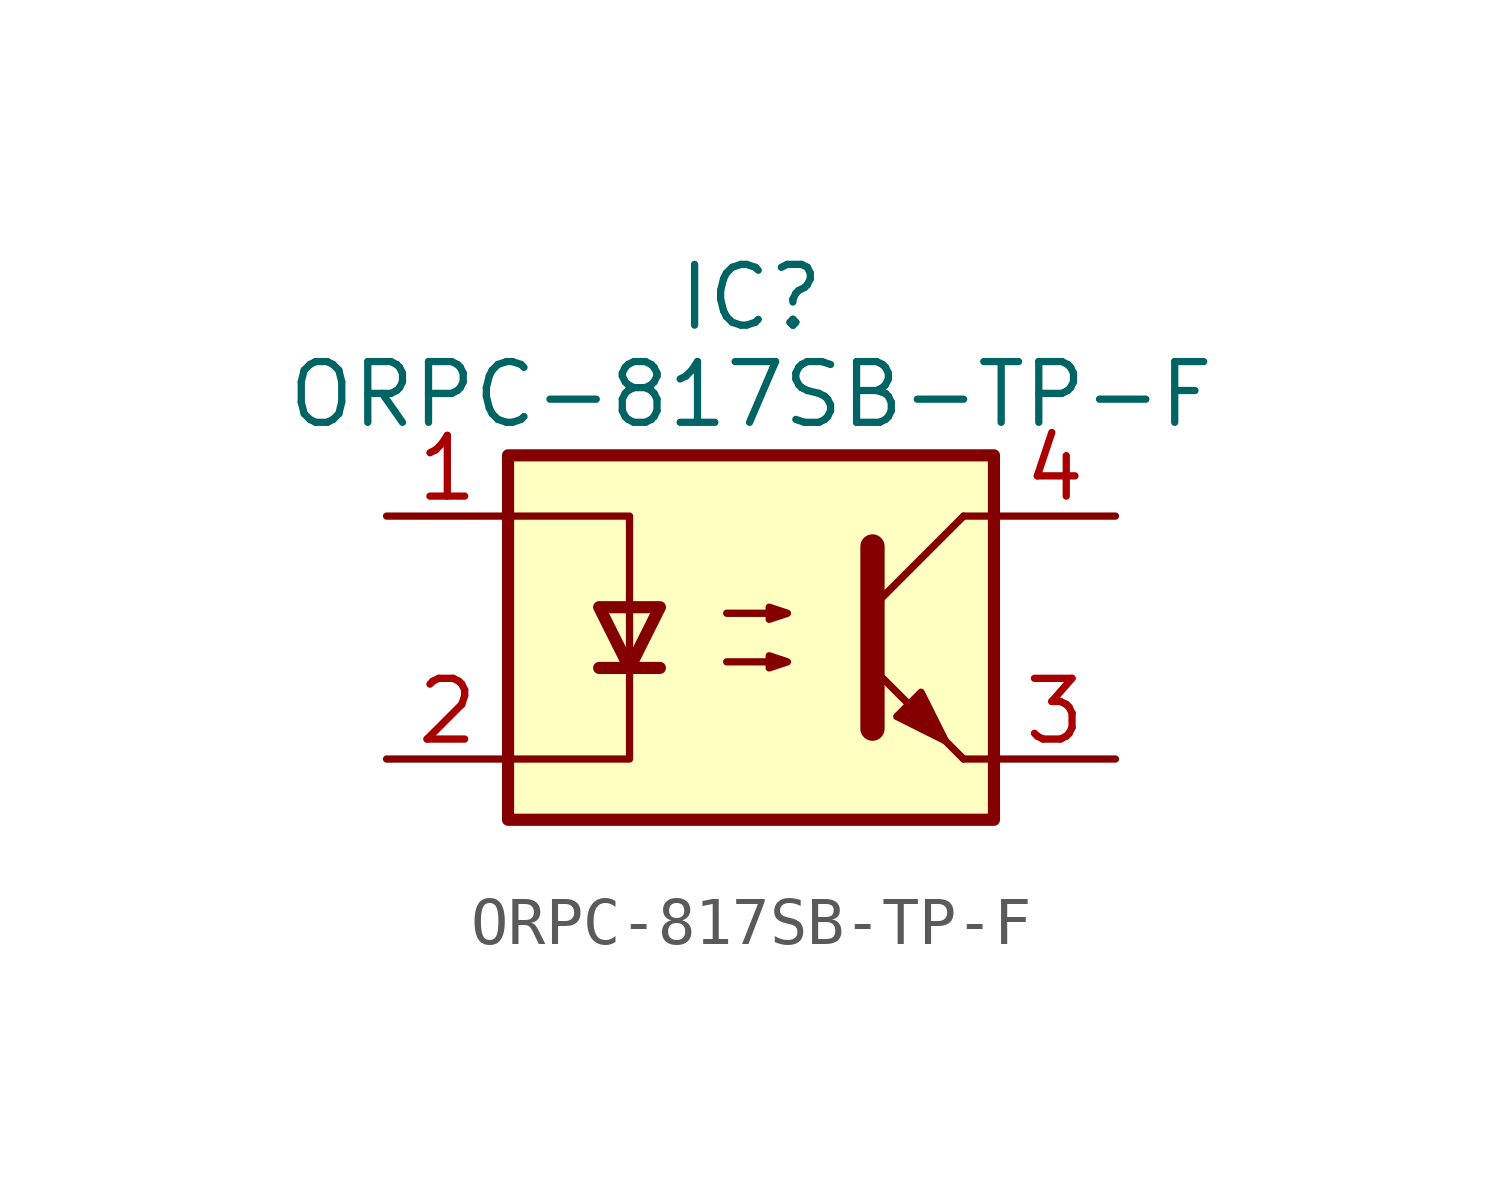
<source format=kicad_sym>
(kicad_symbol_lib
  (version 20241209)
  (generator "kicad_symbol_editor")
  (generator_version "9.0")
  (symbol "ORPC-817SB-TP-F"
    (property "Reference" "IC"
      (at 0 7.112 0)
      (effects (font (size 1.27 1.27))))
    (property "Value" "ORPC-817SB-TP-F"
      (at 0 5.08 0)
      (effects (font (size 1.27 1.27))))
    (symbol "ORPC-817SB-TP-F_0_1"
      (rectangle (start -5.08 3.81) (end 5.08 -3.81) (stroke (width 0.254) (type default)) (fill (type background)))
      (polyline (pts (xy -5.08 2.54) (xy -2.54 2.54) (xy -2.54 -0.635)) (stroke (width 0) (type default)) (fill (type none)))
      (polyline (pts (xy -3.175 -0.635) (xy -1.905 -0.635)) (stroke (width 0.254) (type default)) (fill (type none)))
      (polyline (pts (xy -2.54 -0.635) (xy -2.54 -2.54) (xy -5.08 -2.54)) (stroke (width 0) (type default)) (fill (type none)))
      (polyline (pts (xy -2.54 -0.635) (xy -3.175 0.635) (xy -1.905 0.635) (xy -2.54 -0.635)) (stroke (width 0.254) (type default)) (fill (type none)))
      (polyline (pts (xy -0.508 0.508) (xy 0.762 0.508) (xy 0.381 0.381) (xy 0.381 0.635) (xy 0.762 0.508)) (stroke (width 0) (type default)) (fill (type none)))
      (polyline (pts (xy -0.508 -0.508) (xy 0.762 -0.508) (xy 0.381 -0.635) (xy 0.381 -0.381) (xy 0.762 -0.508)) (stroke (width 0) (type default)) (fill (type none)))
      (polyline (pts (xy 2.54 1.905) (xy 2.54 -1.905) (xy 2.54 -1.905)) (stroke (width 0.508) (type default)) (fill (type none)))
      (polyline (pts (xy 2.54 0.635) (xy 4.445 2.54)) (stroke (width 0) (type default)) (fill (type none)))
      (polyline (pts (xy 3.048 -1.651) (xy 3.556 -1.143) (xy 4.064 -2.159) (xy 3.048 -1.651) (xy 3.048 -1.651)) (stroke (width 0) (type default)) (fill (type outline)))
      (polyline (pts (xy 4.445 2.54) (xy 5.08 2.54)) (stroke (width 0) (type default)) (fill (type none)))
      (polyline (pts (xy 4.445 -2.54) (xy 2.54 -0.635)) (stroke (width 0) (type default)) (fill (type outline)))
      (polyline (pts (xy 4.445 -2.54) (xy 5.08 -2.54)) (stroke (width 0) (type default)) (fill (type none))))
    (symbol "ORPC-817SB-TP-F_1_1"
      (pin passive line (at -7.62 2.54 0) (length 2.54) (name "~" (effects (font (size 1.27 1.27)))) (number "1" (effects (font (size 1.27 1.27)))))
      (pin passive line (at -7.62 -2.54 0) (length 2.54) (name "~" (effects (font (size 1.27 1.27)))) (number "2" (effects (font (size 1.27 1.27)))))
      (pin passive line (at 7.62 2.54 180) (length 2.54) (name "~" (effects (font (size 1.27 1.27)))) (number "4" (effects (font (size 1.27 1.27)))))
      (pin passive line (at 7.62 -2.54 180) (length 2.54) (name "~" (effects (font (size 1.27 1.27)))) (number "3" (effects (font (size 1.27 1.27))))))))
</source>
